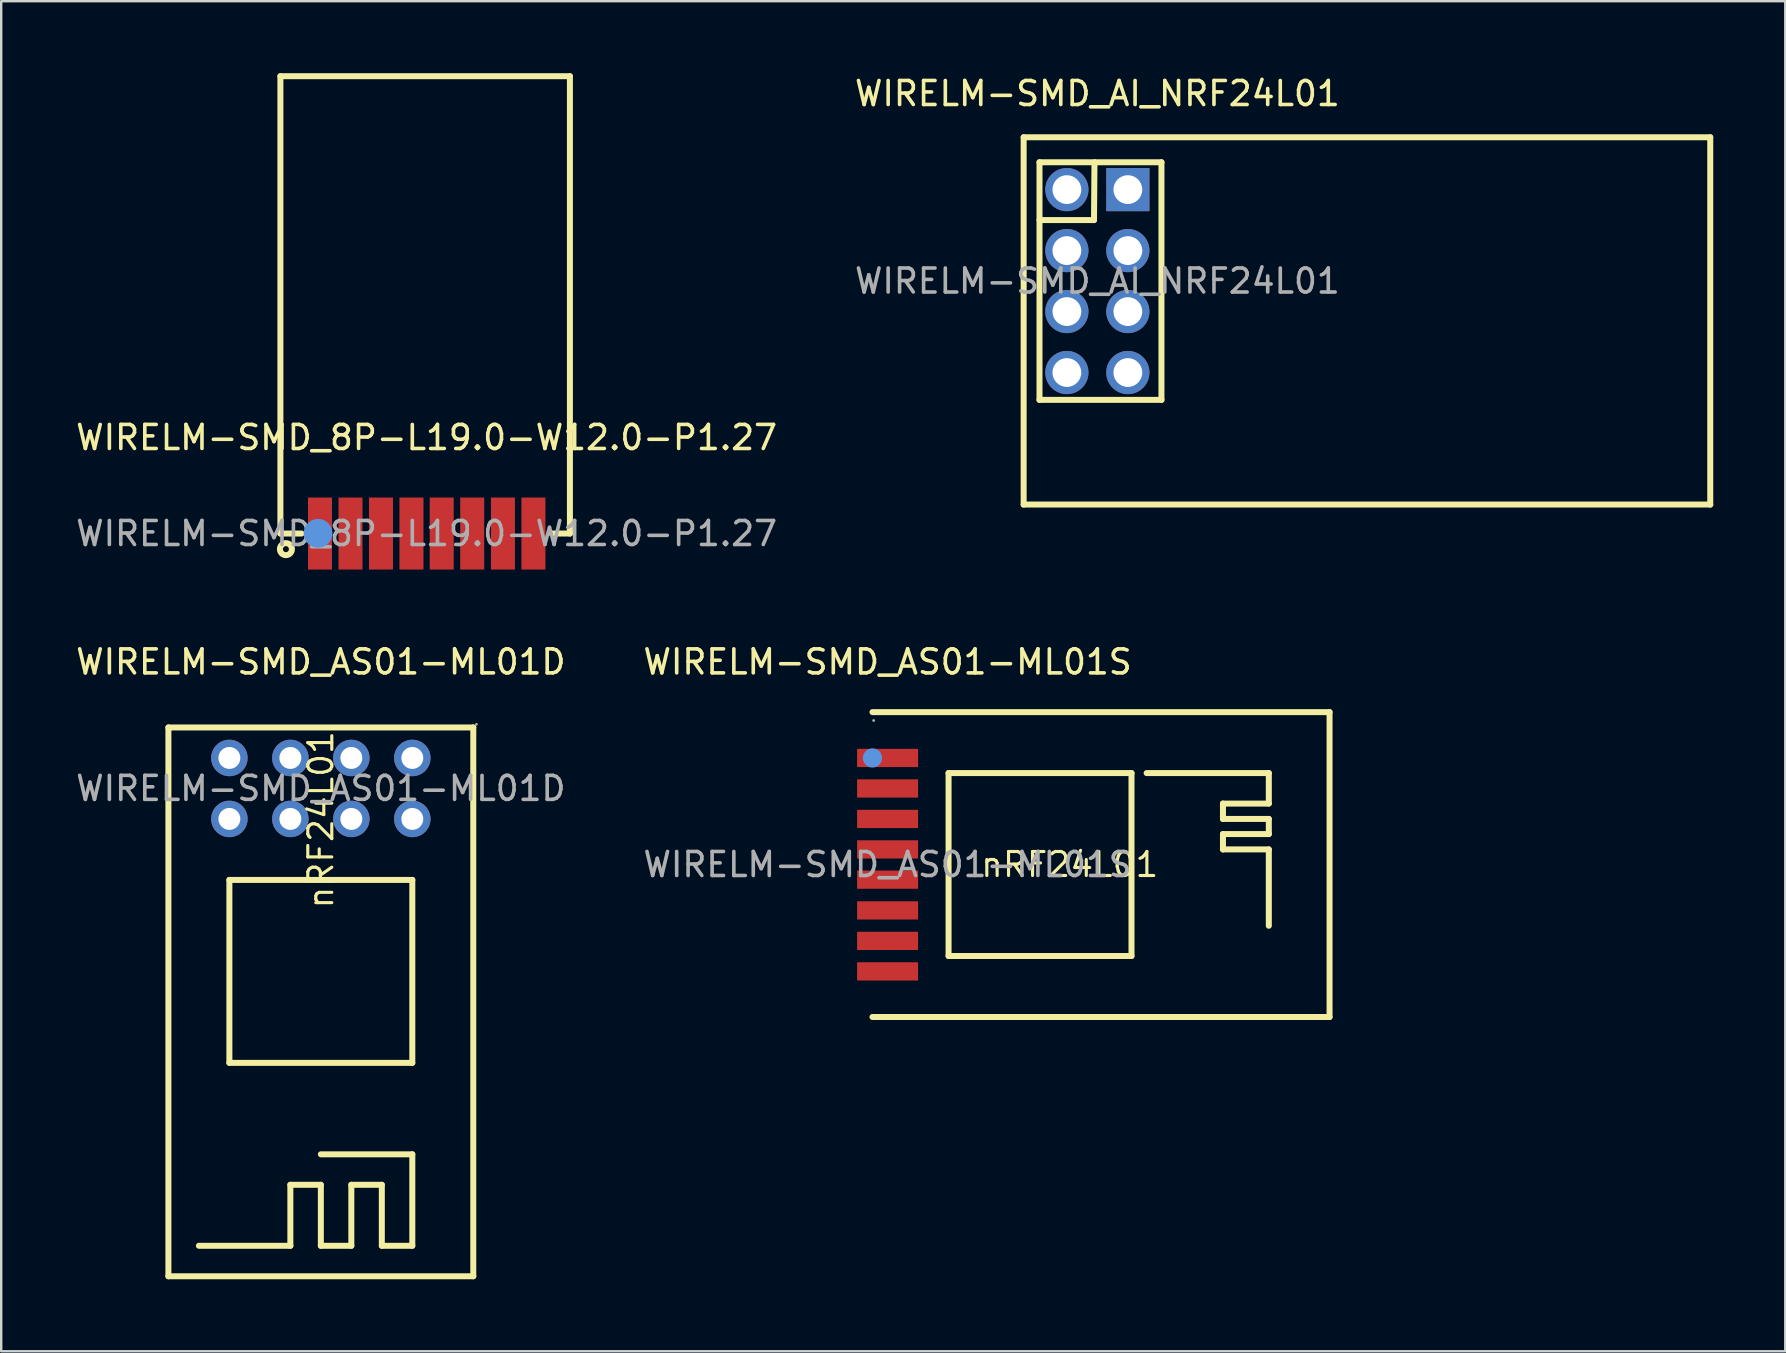
<source format=kicad_pcb>
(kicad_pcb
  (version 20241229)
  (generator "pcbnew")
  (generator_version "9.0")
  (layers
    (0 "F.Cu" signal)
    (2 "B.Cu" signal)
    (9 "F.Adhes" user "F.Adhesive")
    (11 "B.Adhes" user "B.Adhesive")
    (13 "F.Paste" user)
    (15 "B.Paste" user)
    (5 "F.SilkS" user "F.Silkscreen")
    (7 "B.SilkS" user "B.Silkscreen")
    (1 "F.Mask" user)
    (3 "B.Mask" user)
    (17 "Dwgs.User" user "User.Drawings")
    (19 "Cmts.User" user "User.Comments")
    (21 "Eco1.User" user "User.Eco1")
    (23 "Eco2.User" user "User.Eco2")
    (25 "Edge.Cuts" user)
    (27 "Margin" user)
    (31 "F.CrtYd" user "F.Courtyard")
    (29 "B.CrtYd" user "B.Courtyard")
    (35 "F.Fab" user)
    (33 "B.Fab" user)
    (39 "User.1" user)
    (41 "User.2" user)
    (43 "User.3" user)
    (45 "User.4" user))
  (footprint "WIRELM-SMD_AI_NRF24L01"
    (layer "F.Cu")
    (at 42.661 8.658)
    (property "Reference" "WIRELM-SMD_AI_NRF24L01" (at 0 -7.81 0) (layer "F.SilkS") (effects (font (size 1 1) (thickness 0.15))))
    (attr through_hole)
    (fp_line (start -3.07 -5.99) (end 25.53 -5.99) (stroke (width 0.25) (type solid)) (layer "F.SilkS"))
    (fp_line (start -3.07 9.31) (end -3.07 -5.99) (stroke (width 0.25) (type solid)) (layer "F.SilkS"))
    (fp_line (start -3.07 9.31) (end 25.53 9.31) (stroke (width 0.25) (type solid)) (layer "F.SilkS"))
    (fp_line (start -2.41 -4.95) (end -2.41 4.95) (stroke (width 0.25) (type solid)) (layer "F.SilkS"))
    (fp_line (start -2.41 -4.95) (end 2.67 -4.95) (stroke (width 0.25) (type solid)) (layer "F.SilkS"))
    (fp_line (start -2.41 4.95) (end 2.67 4.95) (stroke (width 0.25) (type solid)) (layer "F.SilkS"))
    (fp_line (start -0.14 -2.54) (end -2.41 -2.54) (stroke (width 0.25) (type solid)) (layer "F.SilkS"))
    (fp_line (start -0.12 -4.95) (end -0.14 -2.54) (stroke (width 0.25) (type solid)) (layer "F.SilkS"))
    (fp_line (start 2.67 -4.95) (end 2.67 4.95) (stroke (width 0.25) (type solid)) (layer "F.SilkS"))
    (fp_line (start 25.53 -5.99) (end 25.53 9.31) (stroke (width 0.25) (type solid)) (layer "F.SilkS"))
    (fp_text user "${REFERENCE}" (at 0 0 0) (layer "F.Fab") (effects (font (size 1 1) (thickness 0.15))))
    (pad "1" thru_hole rect (at 1.27 -3.81 90) (size 1.8 1.8) (drill 1.2) (layers "*.Cu" "*.Paste" "*.Mask"))
    (pad "2" thru_hole circle (at -1.27 -3.81 90) (size 1.8 1.8) (drill 1.2) (layers "*.Cu" "*.Paste" "*.Mask"))
    (pad "3" thru_hole circle (at 1.27 -1.27 90) (size 1.8 1.8) (drill 1.2) (layers "*.Cu" "*.Paste" "*.Mask"))
    (pad "4" thru_hole circle (at -1.27 -1.27 90) (size 1.8 1.8) (drill 1.2) (layers "*.Cu" "*.Paste" "*.Mask"))
    (pad "5" thru_hole circle (at 1.27 1.27 90) (size 1.8 1.8) (drill 1.2) (layers "*.Cu" "*.Paste" "*.Mask"))
    (pad "6" thru_hole circle (at -1.27 1.27 90) (size 1.8 1.8) (drill 1.2) (layers "*.Cu" "*.Paste" "*.Mask"))
    (pad "7" thru_hole circle (at 1.27 3.81 90) (size 1.8 1.8) (drill 1.2) (layers "*.Cu" "*.Paste" "*.Mask"))
    (pad "8" thru_hole circle (at -1.27 3.81 90) (size 1.8 1.8) (drill 1.2) (layers "*.Cu" "*.Paste" "*.Mask")))
  (footprint "WIRELM-SMD_8P-L19.0-W12.0-P1.27"
    (layer "F.Cu")
    (at 14.72 19.175)
    (property "Reference" "WIRELM-SMD_8P-L19.0-W12.0-P1.27" (at 0 -4 0) (layer "F.SilkS") (effects (font (size 1 1) (thickness 0.15))))
    (attr through_hole)
    (fp_line (start -6.09 -19.05) (end 5.97 -19.05) (stroke (width 0.25) (type solid)) (layer "F.SilkS"))
    (fp_line (start -6.09 0) (end -6.09 -19.05) (stroke (width 0.25) (type solid)) (layer "F.SilkS"))
    (fp_line (start -5.21 0) (end -6.09 0) (stroke (width 0.25) (type solid)) (layer "F.SilkS"))
    (fp_line (start 5.97 -19.05) (end 5.97 0) (stroke (width 0.25) (type solid)) (layer "F.SilkS"))
    (fp_line (start 5.97 0) (end 5.21 0) (stroke (width 0.25) (type solid)) (layer "F.SilkS"))
    (fp_circle (center -5.86 0.65) (end -5.61 0.65) (stroke (width 0.25) (type solid)) (fill no) (layer "F.SilkS"))
    (fp_circle (center -4.52 -0.01) (end -4.22 -0.01) (stroke (width 0.6) (type solid)) (fill no) (layer "Cmts.User"))
    (fp_circle (center -6 0.02) (end -5.97 0.02) (stroke (width 0.06) (type solid)) (fill no) (layer "F.Fab"))
    (fp_text user "${REFERENCE}" (at 0 0 0) (layer "F.Fab") (effects (font (size 1 1) (thickness 0.15))))
    (pad "1" smd rect (at -4.44 0) (size 1 3) (layers "F.Cu" "F.Mask" "F.Paste"))
    (pad "2" smd rect (at -3.17 0) (size 1 3) (layers "F.Cu" "F.Mask" "F.Paste"))
    (pad "3" smd rect (at -1.9 0) (size 1 3) (layers "F.Cu" "F.Mask" "F.Paste"))
    (pad "4" smd rect (at -0.63 0) (size 1 3) (layers "F.Cu" "F.Mask" "F.Paste"))
    (pad "5" smd rect (at 0.63 0) (size 1 3) (layers "F.Cu" "F.Mask" "F.Paste"))
    (pad "6" smd rect (at 1.9 0) (size 1 3) (layers "F.Cu" "F.Mask" "F.Paste"))
    (pad "7" smd rect (at 3.18 0) (size 1 3) (layers "F.Cu" "F.Mask" "F.Paste"))
    (pad "8" smd rect (at 4.45 0) (size 1 3) (layers "F.Cu" "F.Mask" "F.Paste")))
  (footprint "WIRELM-SMD_AS01-ML01D"
    (layer "F.Cu")
    (at 10.315 29.793)
    (property "Reference" "WIRELM-SMD_AS01-ML01D" (at 0 -5.27 0) (layer "F.SilkS") (effects (font (size 1 1) (thickness 0.15))))
    (attr through_hole)
    (fp_line (start -6.35 -2.54) (end -6.35 20.32) (stroke (width 0.25) (type solid)) (layer "F.SilkS"))
    (fp_line (start -6.35 20.32) (end 6.35 20.32) (stroke (width 0.25) (type solid)) (layer "F.SilkS"))
    (fp_line (start -3.81 3.81) (end -3.81 11.43) (stroke (width 0.25) (type solid)) (layer "F.SilkS"))
    (fp_line (start -3.81 11.43) (end 3.81 11.43) (stroke (width 0.25) (type solid)) (layer "F.SilkS"))
    (fp_line (start -1.27 16.51) (end -1.27 19.05) (stroke (width 0.25) (type solid)) (layer "F.SilkS"))
    (fp_line (start -1.27 19.05) (end -5.08 19.05) (stroke (width 0.25) (type solid)) (layer "F.SilkS"))
    (fp_line (start 0 15.24) (end 3.81 15.24) (stroke (width 0.25) (type solid)) (layer "F.SilkS"))
    (fp_line (start 0 16.51) (end -1.27 16.51) (stroke (width 0.25) (type solid)) (layer "F.SilkS"))
    (fp_line (start 0 19.05) (end 0 16.51) (stroke (width 0.25) (type solid)) (layer "F.SilkS"))
    (fp_line (start 1.27 16.51) (end 1.27 19.05) (stroke (width 0.25) (type solid)) (layer "F.SilkS"))
    (fp_line (start 1.27 19.05) (end 0 19.05) (stroke (width 0.25) (type solid)) (layer "F.SilkS"))
    (fp_line (start 2.54 16.51) (end 1.27 16.51) (stroke (width 0.25) (type solid)) (layer "F.SilkS"))
    (fp_line (start 2.54 19.05) (end 2.54 16.51) (stroke (width 0.25) (type solid)) (layer "F.SilkS"))
    (fp_line (start 3.81 3.81) (end -3.81 3.81) (stroke (width 0.25) (type solid)) (layer "F.SilkS"))
    (fp_line (start 3.81 11.43) (end 3.81 3.81) (stroke (width 0.25) (type solid)) (layer "F.SilkS"))
    (fp_line (start 3.81 15.24) (end 3.81 19.05) (stroke (width 0.25) (type solid)) (layer "F.SilkS"))
    (fp_line (start 3.81 19.05) (end 2.54 19.05) (stroke (width 0.25) (type solid)) (layer "F.SilkS"))
    (fp_line (start 6.35 -2.54) (end -6.35 -2.54) (stroke (width 0.25) (type solid)) (layer "F.SilkS"))
    (fp_line (start 6.35 -2.54) (end 6.35 20.32) (stroke (width 0.25) (type solid)) (layer "F.SilkS"))
    (fp_circle (center -3.81 -1.27) (end -3.63 -1.27) (stroke (width 0.36) (type solid)) (fill no) (layer "F.Fab"))
    (fp_circle (center -3.81 1.27) (end -3.63 1.27) (stroke (width 0.36) (type solid)) (fill no) (layer "F.Fab"))
    (fp_circle (center -1.27 -1.27) (end -1.09 -1.27) (stroke (width 0.36) (type solid)) (fill no) (layer "F.Fab"))
    (fp_circle (center -1.27 1.27) (end -1.09 1.27) (stroke (width 0.36) (type solid)) (fill no) (layer "F.Fab"))
    (fp_circle (center 1.27 -1.27) (end 1.45 -1.27) (stroke (width 0.36) (type solid)) (fill no) (layer "F.Fab"))
    (fp_circle (center 1.27 1.27) (end 1.45 1.27) (stroke (width 0.36) (type solid)) (fill no) (layer "F.Fab"))
    (fp_circle (center 3.81 -1.27) (end 3.99 -1.27) (stroke (width 0.36) (type solid)) (fill no) (layer "F.Fab"))
    (fp_circle (center 3.81 1.27) (end 3.99 1.27) (stroke (width 0.36) (type solid)) (fill no) (layer "F.Fab"))
    (fp_circle (center 6.48 -2.67) (end 6.51 -2.67) (stroke (width 0.06) (type solid)) (fill no) (layer "F.Fab"))
    (fp_text user "nRF24L01" (at 0 5.08 270) (layer "F.SilkS") (effects (font (size 1 1) (thickness 0.13)) (justify left)))
    (fp_text user "${REFERENCE}" (at 0 0 0) (layer "F.Fab") (effects (font (size 1 1) (thickness 0.15))))
    (pad "1" thru_hole circle (at 3.81 -1.27 270) (size 1.52 1.52) (drill 0.914) (layers "*.Cu" "*.Paste" "*.Mask"))
    (pad "2" thru_hole circle (at 3.81 1.27 270) (size 1.52 1.52) (drill 0.914) (layers "*.Cu" "*.Paste" "*.Mask"))
    (pad "3" thru_hole circle (at 1.27 -1.27 270) (size 1.52 1.52) (drill 0.914) (layers "*.Cu" "*.Paste" "*.Mask"))
    (pad "4" thru_hole circle (at 1.27 1.27 270) (size 1.52 1.52) (drill 0.914) (layers "*.Cu" "*.Paste" "*.Mask"))
    (pad "5" thru_hole circle (at -1.27 -1.27 270) (size 1.52 1.52) (drill 0.914) (layers "*.Cu" "*.Paste" "*.Mask"))
    (pad "6" thru_hole circle (at -1.27 1.27 270) (size 1.52 1.52) (drill 0.914) (layers "*.Cu" "*.Paste" "*.Mask"))
    (pad "7" thru_hole circle (at -3.81 -1.27 270) (size 1.52 1.52) (drill 0.914) (layers "*.Cu" "*.Paste" "*.Mask"))
    (pad "8" thru_hole circle (at -3.81 1.27 270) (size 1.52 1.52) (drill 0.914) (layers "*.Cu" "*.Paste" "*.Mask")))
  (footprint "WIRELM-SMD_AS01-ML01S"
    (layer "F.Cu")
    (at 33.923 32.963)
    (property "Reference" "WIRELM-SMD_AS01-ML01S" (at 0 -8.44 0) (layer "F.SilkS") (effects (font (size 1 1) (thickness 0.15))))
    (attr through_hole)
    (fp_line (start -0.63 -6.35) (end 18.41 -6.35) (stroke (width 0.25) (type solid)) (layer "F.SilkS"))
    (fp_line (start -0.63 6.35) (end 18.41 6.35) (stroke (width 0.25) (type solid)) (layer "F.SilkS"))
    (fp_line (start 2.54 -3.81) (end 2.54 3.81) (stroke (width 0.25) (type solid)) (layer "F.SilkS"))
    (fp_line (start 2.54 3.81) (end 10.16 3.81) (stroke (width 0.25) (type solid)) (layer "F.SilkS"))
    (fp_line (start 10.16 -3.81) (end 2.54 -3.81) (stroke (width 0.25) (type solid)) (layer "F.SilkS"))
    (fp_line (start 10.16 3.81) (end 10.16 -3.81) (stroke (width 0.25) (type solid)) (layer "F.SilkS"))
    (fp_line (start 10.79 -3.81) (end 15.88 -3.81) (stroke (width 0.25) (type solid)) (layer "F.SilkS"))
    (fp_line (start 13.97 -2.54) (end 13.97 -1.9) (stroke (width 0.25) (type solid)) (layer "F.SilkS"))
    (fp_line (start 13.97 -1.9) (end 15.88 -1.9) (stroke (width 0.25) (type solid)) (layer "F.SilkS"))
    (fp_line (start 13.97 -1.27) (end 13.97 -0.63) (stroke (width 0.25) (type solid)) (layer "F.SilkS"))
    (fp_line (start 13.97 -0.63) (end 15.88 -0.63) (stroke (width 0.25) (type solid)) (layer "F.SilkS"))
    (fp_line (start 15.88 -3.81) (end 15.88 -2.54) (stroke (width 0.25) (type solid)) (layer "F.SilkS"))
    (fp_line (start 15.88 -2.54) (end 13.97 -2.54) (stroke (width 0.25) (type solid)) (layer "F.SilkS"))
    (fp_line (start 15.88 -1.9) (end 15.88 -1.27) (stroke (width 0.25) (type solid)) (layer "F.SilkS"))
    (fp_line (start 15.88 -1.27) (end 13.97 -1.27) (stroke (width 0.25) (type solid)) (layer "F.SilkS"))
    (fp_line (start 15.88 -0.63) (end 15.88 2.55) (stroke (width 0.25) (type solid)) (layer "F.SilkS"))
    (fp_line (start 18.41 6.35) (end 18.41 -6.35) (stroke (width 0.25) (type solid)) (layer "F.SilkS"))
    (fp_circle (center -0.63 -4.44) (end -0.43 -4.44) (stroke (width 0.4) (type solid)) (fill no) (layer "Cmts.User"))
    (fp_circle (center -0.58 -6) (end -0.55 -6) (stroke (width 0.06) (type solid)) (fill no) (layer "F.Fab"))
    (fp_text user "nRF24L01" (at 3.81 0 0) (layer "F.SilkS") (effects (font (size 1 1) (thickness 0.13)) (justify left)))
    (fp_text user "${REFERENCE}" (at 0 0 0) (layer "F.Fab") (effects (font (size 1 1) (thickness 0.15))))
    (pad "1" smd rect (at 0 -4.44) (size 2.54 0.76) (layers "F.Cu" "F.Mask" "F.Paste"))
    (pad "2" smd rect (at 0 -3.17) (size 2.54 0.76) (layers "F.Cu" "F.Mask" "F.Paste"))
    (pad "3" smd rect (at 0 -1.9) (size 2.54 0.76) (layers "F.Cu" "F.Mask" "F.Paste"))
    (pad "4" smd rect (at 0 -0.63) (size 2.54 0.76) (layers "F.Cu" "F.Mask" "F.Paste"))
    (pad "5" smd rect (at 0 0.63) (size 2.54 0.76) (layers "F.Cu" "F.Mask" "F.Paste"))
    (pad "6" smd rect (at 0 1.91) (size 2.54 0.76) (layers "F.Cu" "F.Mask" "F.Paste"))
    (pad "7" smd rect (at 0 3.18) (size 2.54 0.76) (layers "F.Cu" "F.Mask" "F.Paste"))
    (pad "8" smd rect (at 0 4.45) (size 2.54 0.76) (layers "F.Cu" "F.Mask" "F.Paste")))
  (gr_rect
    (start -3 -3)
    (end 71.316 53.238)
    (stroke (width 0.1) (type default))
    (fill no)
    (layer "Edge.Cuts")))
</source>
